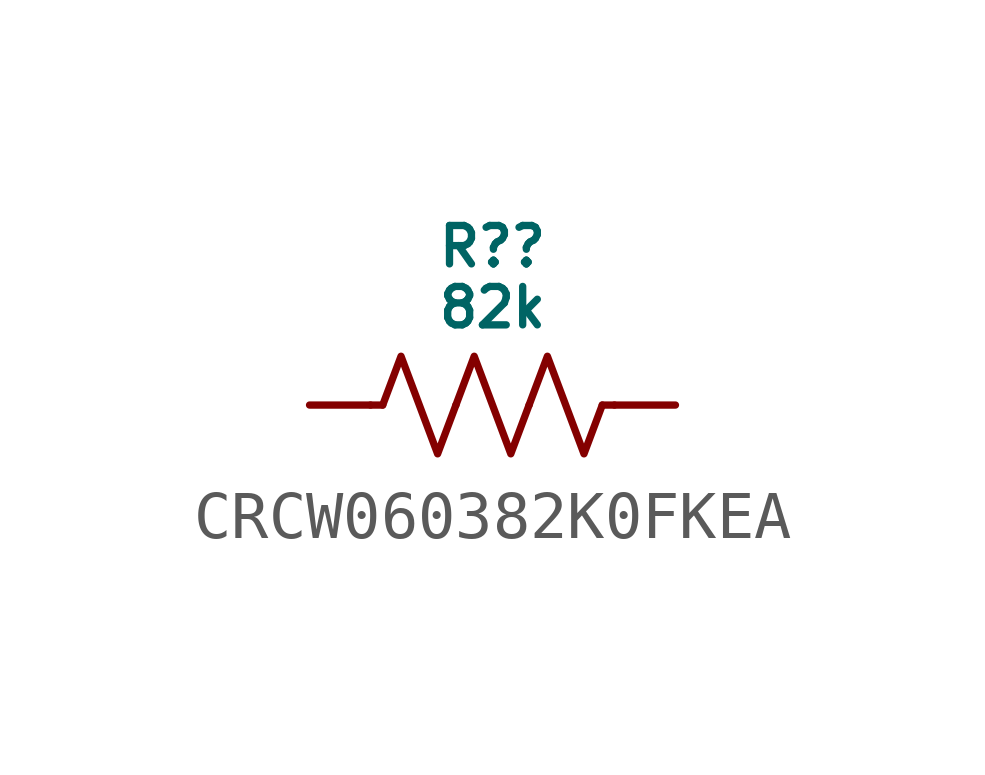
<source format=kicad_sym>
(kicad_symbol_lib
  (version 20231120)
  (generator "kicad_symbol_editor")
  (generator_version "8.0")
  (symbol "CRCW060382K0FKEA"
    (pin_numbers hide)
    (pin_names hide)
    (property "Reference" "R?"
      (at 0 3.302 0)
      (do_not_autoplace)
      (effects (font (size 0.8 0.8))))
    (property "Value" "82k"
      (at 0 2.032 0)
      (do_not_autoplace)
      (effects (font (size 0.8 0.8))))
    (symbol "CRCW060382K0FKEA_0_1"
      (polyline (pts (xy -2.286 0) (xy -2.54 0)) (stroke (width 0) (type default)) (fill (type none)))
      (polyline (pts (xy 2.286 0) (xy 2.54 0)) (stroke (width 0) (type default)) (fill (type none)))
      (polyline (pts (xy -2.286 0) (xy -1.905 1.016) (xy -1.524 0) (xy -1.143 -1.016) (xy -0.762 0)) (stroke (width 0) (type default)) (fill (type none)))
      (polyline (pts (xy -0.762 0) (xy -0.381 1.016) (xy 0 0) (xy 0.381 -1.016) (xy 0.762 0)) (stroke (width 0) (type default)) (fill (type none)))
      (polyline (pts (xy 0.762 0) (xy 1.143 1.016) (xy 1.524 0) (xy 1.905 -1.016) (xy 2.286 0)) (stroke (width 0) (type default)) (fill (type none))))
    (symbol "CRCW060382K0FKEA_1_0"
      (pin passive line (at -3.81 0 0) (length 1.27) (name "" (effects (font (size 0.8 0.8)))) (number "1" (effects (font (size 0.8 0.8)))))
      (pin passive line (at 3.81 0 180) (length 1.27) (name "" (effects (font (size 0.8 0.8)))) (number "2" (effects (font (size 0.8 0.8))))))))
</source>
